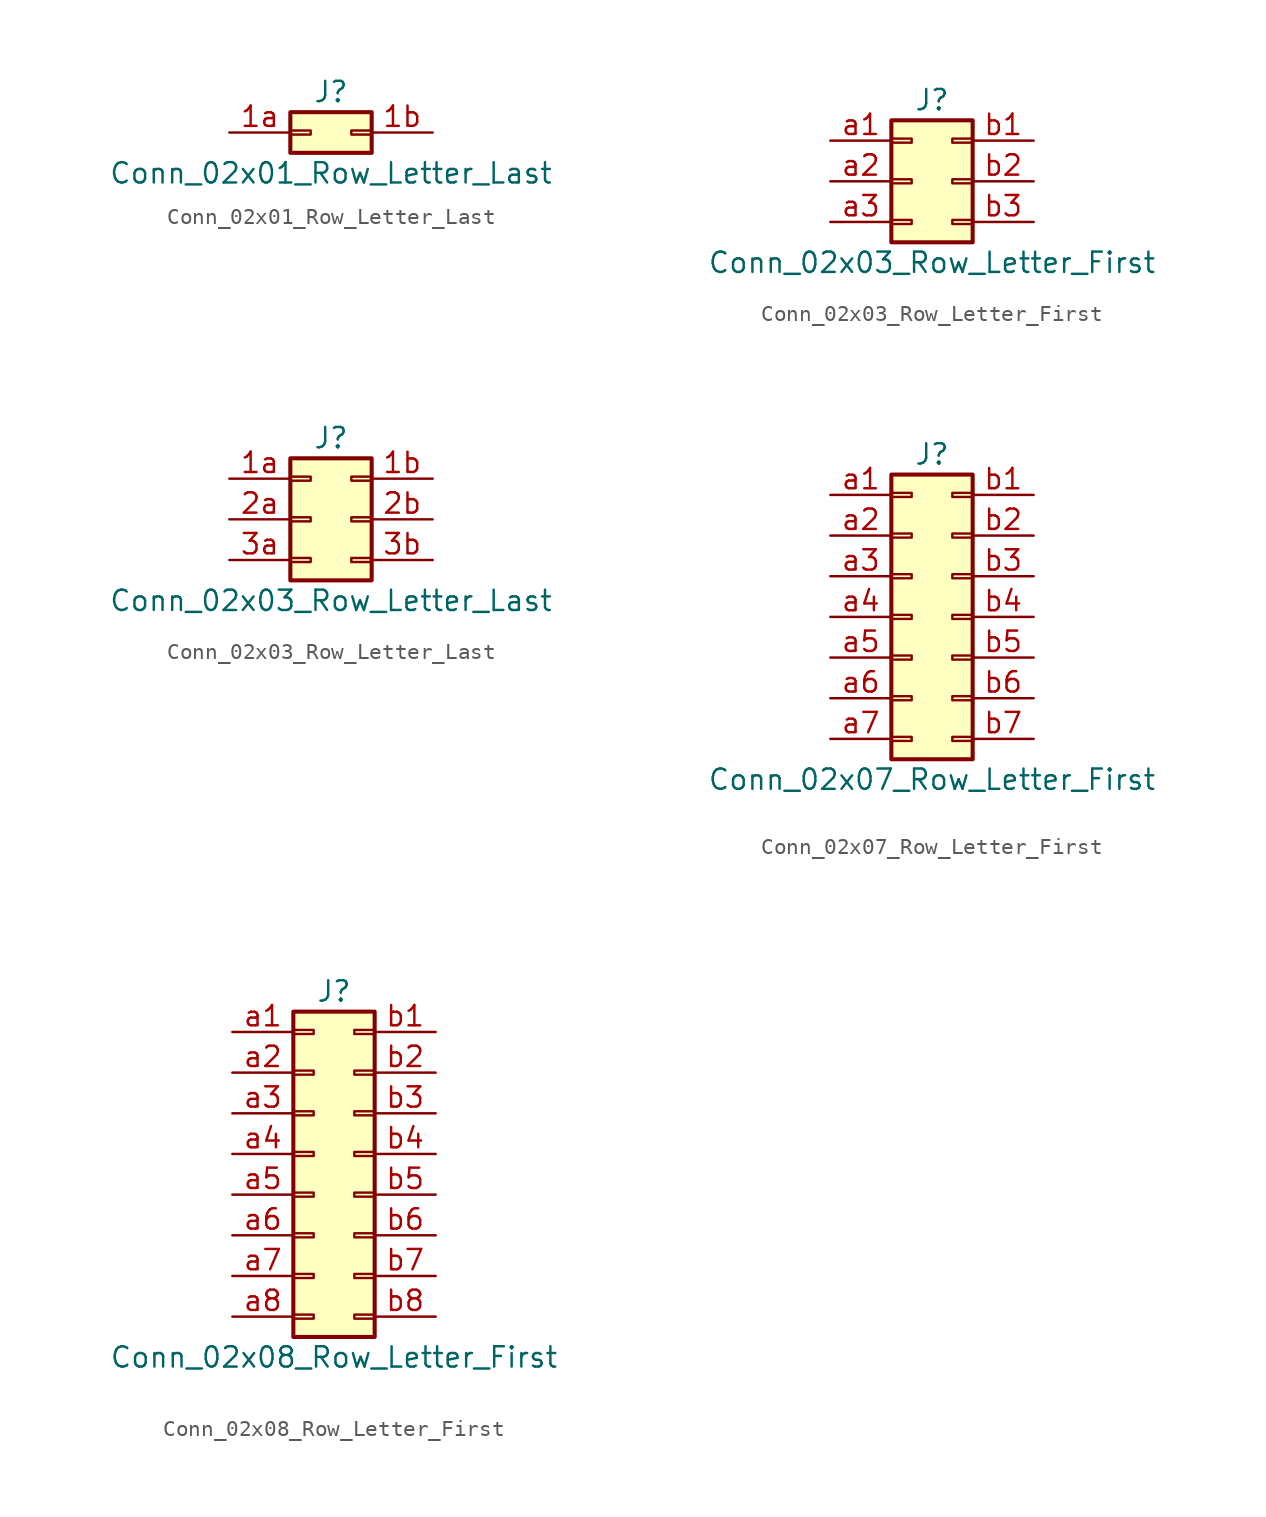
<source format=kicad_sym>
(kicad_symbol_lib
  (version 20220914)
  (generator kicad_symbol_editor)
  (symbol "Conn_02x01_Row_Letter_Last"
    (pin_names
      (offset 1.016) hide)
    (property "Reference" "J"
      (at 1.27 2.54 0)
      (effects (font (size 1.27 1.27))))
    (property "Value" "Conn_02x01_Row_Letter_Last"
      (at 1.27 -2.54 0)
      (effects (font (size 1.27 1.27))))
    (symbol "Conn_02x01_Row_Letter_Last_1_1"
      (rectangle (start -1.27 0.127) (end 0 -0.127) (stroke (width 0.152) (type default)) (fill (type none)))
      (rectangle (start -1.27 1.27) (end 3.81 -1.27) (stroke (width 0.254) (type default)) (fill (type background)))
      (rectangle (start 3.81 0.127) (end 2.54 -0.127) (stroke (width 0.152) (type default)) (fill (type none)))
      (pin passive line (at -5.08 0 0) (length 3.81) (name "Pin_1a" (effects (font (size 1.27 1.27)))) (number "1a" (effects (font (size 1.27 1.27)))))
      (pin passive line (at 7.62 0 180) (length 3.81) (name "Pin_1b" (effects (font (size 1.27 1.27)))) (number "1b" (effects (font (size 1.27 1.27)))))))
  (symbol "Conn_02x03_Row_Letter_First"
    (pin_names
      (offset 1.016) hide)
    (property "Reference" "J"
      (at 1.27 5.08 0)
      (effects (font (size 1.27 1.27))))
    (property "Value" "Conn_02x03_Row_Letter_First"
      (at 1.27 -5.08 0)
      (effects (font (size 1.27 1.27))))
    (symbol "Conn_02x03_Row_Letter_First_1_1"
      (rectangle (start -1.27 -2.413) (end 0 -2.667) (stroke (width 0.152) (type default)) (fill (type none)))
      (rectangle (start -1.27 0.127) (end 0 -0.127) (stroke (width 0.152) (type default)) (fill (type none)))
      (rectangle (start -1.27 2.667) (end 0 2.413) (stroke (width 0.152) (type default)) (fill (type none)))
      (rectangle (start -1.27 3.81) (end 3.81 -3.81) (stroke (width 0.254) (type default)) (fill (type background)))
      (rectangle (start 3.81 -2.413) (end 2.54 -2.667) (stroke (width 0.152) (type default)) (fill (type none)))
      (rectangle (start 3.81 0.127) (end 2.54 -0.127) (stroke (width 0.152) (type default)) (fill (type none)))
      (rectangle (start 3.81 2.667) (end 2.54 2.413) (stroke (width 0.152) (type default)) (fill (type none)))
      (pin passive line (at -5.08 2.54 0) (length 3.81) (name "Pin_a1" (effects (font (size 1.27 1.27)))) (number "a1" (effects (font (size 1.27 1.27)))))
      (pin passive line (at -5.08 0 0) (length 3.81) (name "Pin_a2" (effects (font (size 1.27 1.27)))) (number "a2" (effects (font (size 1.27 1.27)))))
      (pin passive line (at -5.08 -2.54 0) (length 3.81) (name "Pin_a3" (effects (font (size 1.27 1.27)))) (number "a3" (effects (font (size 1.27 1.27)))))
      (pin passive line (at 7.62 2.54 180) (length 3.81) (name "Pin_b1" (effects (font (size 1.27 1.27)))) (number "b1" (effects (font (size 1.27 1.27)))))
      (pin passive line (at 7.62 0 180) (length 3.81) (name "Pin_b2" (effects (font (size 1.27 1.27)))) (number "b2" (effects (font (size 1.27 1.27)))))
      (pin passive line (at 7.62 -2.54 180) (length 3.81) (name "Pin_b3" (effects (font (size 1.27 1.27)))) (number "b3" (effects (font (size 1.27 1.27)))))))
  (symbol "Conn_02x03_Row_Letter_Last"
    (pin_names
      (offset 1.016) hide)
    (property "Reference" "J"
      (at 1.27 5.08 0)
      (effects (font (size 1.27 1.27))))
    (property "Value" "Conn_02x03_Row_Letter_Last"
      (at 1.27 -5.08 0)
      (effects (font (size 1.27 1.27))))
    (symbol "Conn_02x03_Row_Letter_Last_1_1"
      (rectangle (start -1.27 -2.413) (end 0 -2.667) (stroke (width 0.152) (type default)) (fill (type none)))
      (rectangle (start -1.27 0.127) (end 0 -0.127) (stroke (width 0.152) (type default)) (fill (type none)))
      (rectangle (start -1.27 2.667) (end 0 2.413) (stroke (width 0.152) (type default)) (fill (type none)))
      (rectangle (start -1.27 3.81) (end 3.81 -3.81) (stroke (width 0.254) (type default)) (fill (type background)))
      (rectangle (start 3.81 -2.413) (end 2.54 -2.667) (stroke (width 0.152) (type default)) (fill (type none)))
      (rectangle (start 3.81 0.127) (end 2.54 -0.127) (stroke (width 0.152) (type default)) (fill (type none)))
      (rectangle (start 3.81 2.667) (end 2.54 2.413) (stroke (width 0.152) (type default)) (fill (type none)))
      (pin passive line (at -5.08 2.54 0) (length 3.81) (name "Pin_1a" (effects (font (size 1.27 1.27)))) (number "1a" (effects (font (size 1.27 1.27)))))
      (pin passive line (at 7.62 2.54 180) (length 3.81) (name "Pin_1b" (effects (font (size 1.27 1.27)))) (number "1b" (effects (font (size 1.27 1.27)))))
      (pin passive line (at -5.08 0 0) (length 3.81) (name "Pin_2a" (effects (font (size 1.27 1.27)))) (number "2a" (effects (font (size 1.27 1.27)))))
      (pin passive line (at 7.62 0 180) (length 3.81) (name "Pin_2b" (effects (font (size 1.27 1.27)))) (number "2b" (effects (font (size 1.27 1.27)))))
      (pin passive line (at -5.08 -2.54 0) (length 3.81) (name "Pin_3a" (effects (font (size 1.27 1.27)))) (number "3a" (effects (font (size 1.27 1.27)))))
      (pin passive line (at 7.62 -2.54 180) (length 3.81) (name "Pin_3b" (effects (font (size 1.27 1.27)))) (number "3b" (effects (font (size 1.27 1.27)))))))
  (symbol "Conn_02x07_Row_Letter_First"
    (pin_names
      (offset 1.016) hide)
    (property "Reference" "J"
      (at 1.27 10.16 0)
      (effects (font (size 1.27 1.27))))
    (property "Value" "Conn_02x07_Row_Letter_First"
      (at 1.27 -10.16 0)
      (effects (font (size 1.27 1.27))))
    (symbol "Conn_02x07_Row_Letter_First_1_1"
      (rectangle (start -1.27 -7.493) (end 0 -7.747) (stroke (width 0.152) (type default)) (fill (type none)))
      (rectangle (start -1.27 -4.953) (end 0 -5.207) (stroke (width 0.152) (type default)) (fill (type none)))
      (rectangle (start -1.27 -2.413) (end 0 -2.667) (stroke (width 0.152) (type default)) (fill (type none)))
      (rectangle (start -1.27 0.127) (end 0 -0.127) (stroke (width 0.152) (type default)) (fill (type none)))
      (rectangle (start -1.27 2.667) (end 0 2.413) (stroke (width 0.152) (type default)) (fill (type none)))
      (rectangle (start -1.27 5.207) (end 0 4.953) (stroke (width 0.152) (type default)) (fill (type none)))
      (rectangle (start -1.27 7.747) (end 0 7.493) (stroke (width 0.152) (type default)) (fill (type none)))
      (rectangle (start -1.27 8.89) (end 3.81 -8.89) (stroke (width 0.254) (type default)) (fill (type background)))
      (rectangle (start 3.81 -7.493) (end 2.54 -7.747) (stroke (width 0.152) (type default)) (fill (type none)))
      (rectangle (start 3.81 -4.953) (end 2.54 -5.207) (stroke (width 0.152) (type default)) (fill (type none)))
      (rectangle (start 3.81 -2.413) (end 2.54 -2.667) (stroke (width 0.152) (type default)) (fill (type none)))
      (rectangle (start 3.81 0.127) (end 2.54 -0.127) (stroke (width 0.152) (type default)) (fill (type none)))
      (rectangle (start 3.81 2.667) (end 2.54 2.413) (stroke (width 0.152) (type default)) (fill (type none)))
      (rectangle (start 3.81 5.207) (end 2.54 4.953) (stroke (width 0.152) (type default)) (fill (type none)))
      (rectangle (start 3.81 7.747) (end 2.54 7.493) (stroke (width 0.152) (type default)) (fill (type none)))
      (pin passive line (at -5.08 7.62 0) (length 3.81) (name "Pin_a1" (effects (font (size 1.27 1.27)))) (number "a1" (effects (font (size 1.27 1.27)))))
      (pin passive line (at -5.08 5.08 0) (length 3.81) (name "Pin_a2" (effects (font (size 1.27 1.27)))) (number "a2" (effects (font (size 1.27 1.27)))))
      (pin passive line (at -5.08 2.54 0) (length 3.81) (name "Pin_a3" (effects (font (size 1.27 1.27)))) (number "a3" (effects (font (size 1.27 1.27)))))
      (pin passive line (at -5.08 0 0) (length 3.81) (name "Pin_a4" (effects (font (size 1.27 1.27)))) (number "a4" (effects (font (size 1.27 1.27)))))
      (pin passive line (at -5.08 -2.54 0) (length 3.81) (name "Pin_a5" (effects (font (size 1.27 1.27)))) (number "a5" (effects (font (size 1.27 1.27)))))
      (pin passive line (at -5.08 -5.08 0) (length 3.81) (name "Pin_a6" (effects (font (size 1.27 1.27)))) (number "a6" (effects (font (size 1.27 1.27)))))
      (pin passive line (at -5.08 -7.62 0) (length 3.81) (name "Pin_a7" (effects (font (size 1.27 1.27)))) (number "a7" (effects (font (size 1.27 1.27)))))
      (pin passive line (at 7.62 7.62 180) (length 3.81) (name "Pin_b1" (effects (font (size 1.27 1.27)))) (number "b1" (effects (font (size 1.27 1.27)))))
      (pin passive line (at 7.62 5.08 180) (length 3.81) (name "Pin_b2" (effects (font (size 1.27 1.27)))) (number "b2" (effects (font (size 1.27 1.27)))))
      (pin passive line (at 7.62 2.54 180) (length 3.81) (name "Pin_b3" (effects (font (size 1.27 1.27)))) (number "b3" (effects (font (size 1.27 1.27)))))
      (pin passive line (at 7.62 0 180) (length 3.81) (name "Pin_b4" (effects (font (size 1.27 1.27)))) (number "b4" (effects (font (size 1.27 1.27)))))
      (pin passive line (at 7.62 -2.54 180) (length 3.81) (name "Pin_b5" (effects (font (size 1.27 1.27)))) (number "b5" (effects (font (size 1.27 1.27)))))
      (pin passive line (at 7.62 -5.08 180) (length 3.81) (name "Pin_b6" (effects (font (size 1.27 1.27)))) (number "b6" (effects (font (size 1.27 1.27)))))
      (pin passive line (at 7.62 -7.62 180) (length 3.81) (name "Pin_b7" (effects (font (size 1.27 1.27)))) (number "b7" (effects (font (size 1.27 1.27)))))))
  (symbol "Conn_02x08_Row_Letter_First"
    (pin_names
      (offset 1.016) hide)
    (property "Reference" "J"
      (at 1.27 10.16 0)
      (effects (font (size 1.27 1.27))))
    (property "Value" "Conn_02x08_Row_Letter_First"
      (at 1.27 -12.7 0)
      (effects (font (size 1.27 1.27))))
    (symbol "Conn_02x08_Row_Letter_First_1_1"
      (rectangle (start -1.27 -10.033) (end 0 -10.287) (stroke (width 0.152) (type default)) (fill (type none)))
      (rectangle (start -1.27 -7.493) (end 0 -7.747) (stroke (width 0.152) (type default)) (fill (type none)))
      (rectangle (start -1.27 -4.953) (end 0 -5.207) (stroke (width 0.152) (type default)) (fill (type none)))
      (rectangle (start -1.27 -2.413) (end 0 -2.667) (stroke (width 0.152) (type default)) (fill (type none)))
      (rectangle (start -1.27 0.127) (end 0 -0.127) (stroke (width 0.152) (type default)) (fill (type none)))
      (rectangle (start -1.27 2.667) (end 0 2.413) (stroke (width 0.152) (type default)) (fill (type none)))
      (rectangle (start -1.27 5.207) (end 0 4.953) (stroke (width 0.152) (type default)) (fill (type none)))
      (rectangle (start -1.27 7.747) (end 0 7.493) (stroke (width 0.152) (type default)) (fill (type none)))
      (rectangle (start -1.27 8.89) (end 3.81 -11.43) (stroke (width 0.254) (type default)) (fill (type background)))
      (rectangle (start 3.81 -10.033) (end 2.54 -10.287) (stroke (width 0.152) (type default)) (fill (type none)))
      (rectangle (start 3.81 -7.493) (end 2.54 -7.747) (stroke (width 0.152) (type default)) (fill (type none)))
      (rectangle (start 3.81 -4.953) (end 2.54 -5.207) (stroke (width 0.152) (type default)) (fill (type none)))
      (rectangle (start 3.81 -2.413) (end 2.54 -2.667) (stroke (width 0.152) (type default)) (fill (type none)))
      (rectangle (start 3.81 0.127) (end 2.54 -0.127) (stroke (width 0.152) (type default)) (fill (type none)))
      (rectangle (start 3.81 2.667) (end 2.54 2.413) (stroke (width 0.152) (type default)) (fill (type none)))
      (rectangle (start 3.81 5.207) (end 2.54 4.953) (stroke (width 0.152) (type default)) (fill (type none)))
      (rectangle (start 3.81 7.747) (end 2.54 7.493) (stroke (width 0.152) (type default)) (fill (type none)))
      (pin passive line (at -5.08 7.62 0) (length 3.81) (name "Pin_a1" (effects (font (size 1.27 1.27)))) (number "a1" (effects (font (size 1.27 1.27)))))
      (pin passive line (at -5.08 5.08 0) (length 3.81) (name "Pin_a2" (effects (font (size 1.27 1.27)))) (number "a2" (effects (font (size 1.27 1.27)))))
      (pin passive line (at -5.08 2.54 0) (length 3.81) (name "Pin_a3" (effects (font (size 1.27 1.27)))) (number "a3" (effects (font (size 1.27 1.27)))))
      (pin passive line (at -5.08 0 0) (length 3.81) (name "Pin_a4" (effects (font (size 1.27 1.27)))) (number "a4" (effects (font (size 1.27 1.27)))))
      (pin passive line (at -5.08 -2.54 0) (length 3.81) (name "Pin_a5" (effects (font (size 1.27 1.27)))) (number "a5" (effects (font (size 1.27 1.27)))))
      (pin passive line (at -5.08 -5.08 0) (length 3.81) (name "Pin_a6" (effects (font (size 1.27 1.27)))) (number "a6" (effects (font (size 1.27 1.27)))))
      (pin passive line (at -5.08 -7.62 0) (length 3.81) (name "Pin_a7" (effects (font (size 1.27 1.27)))) (number "a7" (effects (font (size 1.27 1.27)))))
      (pin passive line (at -5.08 -10.16 0) (length 3.81) (name "Pin_a8" (effects (font (size 1.27 1.27)))) (number "a8" (effects (font (size 1.27 1.27)))))
      (pin passive line (at 7.62 7.62 180) (length 3.81) (name "Pin_b1" (effects (font (size 1.27 1.27)))) (number "b1" (effects (font (size 1.27 1.27)))))
      (pin passive line (at 7.62 5.08 180) (length 3.81) (name "Pin_b2" (effects (font (size 1.27 1.27)))) (number "b2" (effects (font (size 1.27 1.27)))))
      (pin passive line (at 7.62 2.54 180) (length 3.81) (name "Pin_b3" (effects (font (size 1.27 1.27)))) (number "b3" (effects (font (size 1.27 1.27)))))
      (pin passive line (at 7.62 0 180) (length 3.81) (name "Pin_b4" (effects (font (size 1.27 1.27)))) (number "b4" (effects (font (size 1.27 1.27)))))
      (pin passive line (at 7.62 -2.54 180) (length 3.81) (name "Pin_b5" (effects (font (size 1.27 1.27)))) (number "b5" (effects (font (size 1.27 1.27)))))
      (pin passive line (at 7.62 -5.08 180) (length 3.81) (name "Pin_b6" (effects (font (size 1.27 1.27)))) (number "b6" (effects (font (size 1.27 1.27)))))
      (pin passive line (at 7.62 -7.62 180) (length 3.81) (name "Pin_b7" (effects (font (size 1.27 1.27)))) (number "b7" (effects (font (size 1.27 1.27)))))
      (pin passive line (at 7.62 -10.16 180) (length 3.81) (name "Pin_b8" (effects (font (size 1.27 1.27)))) (number "b8" (effects (font (size 1.27 1.27))))))))
</source>
